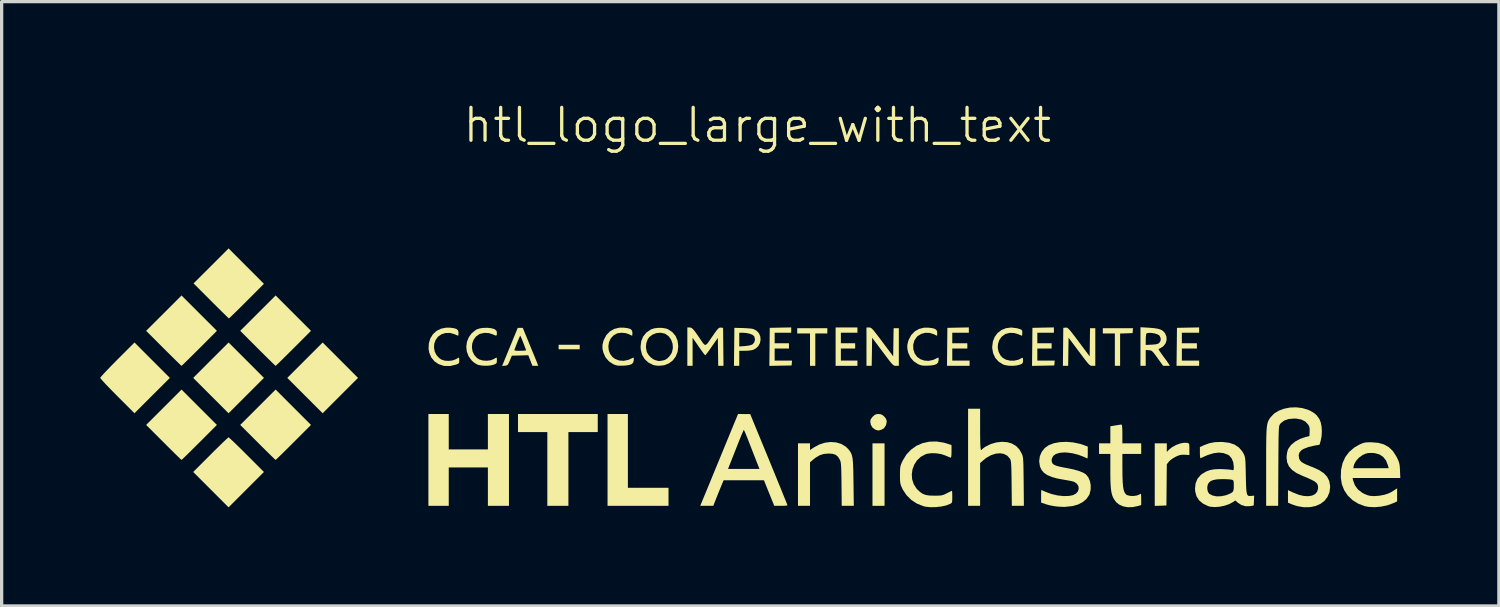
<source format=kicad_pcb>
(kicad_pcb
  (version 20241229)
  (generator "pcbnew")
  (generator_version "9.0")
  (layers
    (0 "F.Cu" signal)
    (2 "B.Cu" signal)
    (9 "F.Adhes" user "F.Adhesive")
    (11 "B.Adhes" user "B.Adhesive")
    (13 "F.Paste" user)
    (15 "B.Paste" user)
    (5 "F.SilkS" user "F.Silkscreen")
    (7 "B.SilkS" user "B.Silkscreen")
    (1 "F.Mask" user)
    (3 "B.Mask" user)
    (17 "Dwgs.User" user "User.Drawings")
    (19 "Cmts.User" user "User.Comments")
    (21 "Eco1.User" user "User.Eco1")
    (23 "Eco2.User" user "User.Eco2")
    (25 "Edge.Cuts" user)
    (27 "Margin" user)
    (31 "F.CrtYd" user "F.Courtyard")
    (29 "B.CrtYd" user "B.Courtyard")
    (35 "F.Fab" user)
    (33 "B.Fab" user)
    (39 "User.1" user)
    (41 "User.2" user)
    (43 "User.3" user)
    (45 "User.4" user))
  (footprint "htl_logo_large_with_text"
    (layer "F.Cu")
    (at 19.995 8.38)
    (property "Reference" "htl_logo_large_with_text" (at 0 -7.62 0) (unlocked yes) (layer "F.SilkS") (effects (font (size 1 1) (thickness 0.1))))
    (fp_poly (pts (xy -15.551 -0.47) (xy -15.013 0.069) (xy -15.552 0.607) (xy -16.09 1.145) (xy -16.628 0.607) (xy -17.166 0.069) (xy -16.628 -0.47) (xy -16.089 -1.008)) (stroke (width 0) (type solid)) (fill yes) (layer "F.SilkS"))
    (fp_poly (pts (xy -12.689 -0.47) (xy -12.151 0.069) (xy -12.689 0.607) (xy -13.227 1.145) (xy -13.765 0.607) (xy -14.303 0.069) (xy -13.765 -0.47) (xy -13.227 -1.008)) (stroke (width 0) (type solid)) (fill yes) (layer "F.SilkS"))
    (fp_poly (pts (xy -5.405 -0.87) (xy -5.405 -0.802) (xy -5.726 -0.802) (xy -6.047 -0.802) (xy -6.047 -0.87) (xy -6.047 -0.939) (xy -5.726 -0.939) (xy -5.405 -0.939)) (stroke (width 0) (type solid)) (fill yes) (layer "F.SilkS"))
    (fp_poly (pts (xy 3.871 3.012) (xy 3.871 3.962) (xy 3.687 3.962) (xy 3.504 3.962) (xy 3.504 3.012) (xy 3.504 2.061) (xy 3.687 2.061) (xy 3.871 2.061)) (stroke (width 0) (type solid)) (fill yes) (layer "F.SilkS"))
    (fp_poly (pts (xy -3.939 2.29) (xy -3.939 3.413) (xy -3.321 3.413) (xy -2.703 3.413) (xy -2.703 3.687) (xy -2.703 3.962) (xy -3.63 3.962) (xy -4.558 3.962) (xy -4.558 2.565) (xy -4.558 1.168) (xy -4.249 1.168) (xy -3.939 1.168)) (stroke (width 0) (type solid)) (fill yes) (layer "F.SilkS"))
    (fp_poly (pts (xy -4.856 1.443) (xy -4.856 1.718) (xy -5.302 1.718) (xy -5.749 1.718) (xy -5.749 2.84) (xy -5.749 3.962) (xy -6.069 3.962) (xy -6.39 3.962) (xy -6.39 2.84) (xy -6.39 1.718) (xy -6.837 1.718) (xy -7.283 1.718) (xy -7.283 1.443) (xy -7.283 1.168) (xy -6.069 1.168) (xy -4.856 1.168)) (stroke (width 0) (type solid)) (fill yes) (layer "F.SilkS"))
    (fp_poly (pts (xy 2.13 -1.363) (xy 2.13 -1.283) (xy 1.947 -1.283) (xy 1.764 -1.283) (xy 1.764 -0.79) (xy 1.764 -0.298) (xy 1.683 -0.298) (xy 1.603 -0.298) (xy 1.603 -0.79) (xy 1.603 -1.283) (xy 1.409 -1.283) (xy 1.214 -1.283) (xy 1.214 -1.363) (xy 1.214 -1.443) (xy 1.672 -1.443) (xy 2.13 -1.443)) (stroke (width 0) (type solid)) (fill yes) (layer "F.SilkS"))
    (fp_poly (pts (xy 11.425 -1.368) (xy 11.417 -1.294) (xy 11.228 -1.287) (xy 11.039 -1.281) (xy 11.039 -0.789) (xy 11.039 -0.298) (xy 10.959 -0.298) (xy 10.879 -0.298) (xy 10.879 -0.79) (xy 10.879 -1.283) (xy 10.696 -1.283) (xy 10.513 -1.283) (xy 10.513 -1.363) (xy 10.513 -1.443) (xy 10.972 -1.443) (xy 11.432 -1.443)) (stroke (width 0) (type solid)) (fill yes) (layer "F.SilkS"))
    (fp_poly (pts (xy -18.414 -0.469) (xy -17.876 0.069) (xy -18.415 0.607) (xy -18.953 1.145) (xy -19.474 0.624) (xy -19.6 0.496) (xy -19.716 0.378) (xy -19.817 0.273) (xy -19.898 0.185) (xy -19.957 0.119) (xy -19.99 0.078) (xy -19.995 0.068) (xy -19.979 0.044) (xy -19.935 -0.008) (xy -19.865 -0.084) (xy -19.775 -0.179) (xy -19.667 -0.291) (xy -19.546 -0.414) (xy -19.474 -0.487) (xy -18.952 -1.008)) (stroke (width 0) (type solid)) (fill yes) (layer "F.SilkS"))
    (fp_poly (pts (xy -16.983 -1.901) (xy -16.445 -1.363) (xy -16.977 -0.83) (xy -17.105 -0.703) (xy -17.223 -0.586) (xy -17.326 -0.484) (xy -17.412 -0.4) (xy -17.475 -0.339) (xy -17.513 -0.305) (xy -17.521 -0.298) (xy -17.54 -0.313) (xy -17.586 -0.358) (xy -17.658 -0.427) (xy -17.75 -0.517) (xy -17.859 -0.625) (xy -17.981 -0.746) (xy -18.065 -0.83) (xy -18.598 -1.363) (xy -18.059 -1.901) (xy -17.521 -2.439)) (stroke (width 0) (type solid)) (fill yes) (layer "F.SilkS"))
    (fp_poly (pts (xy -16.983 0.962) (xy -16.445 1.5) (xy -16.977 2.033) (xy -17.105 2.16) (xy -17.223 2.277) (xy -17.326 2.379) (xy -17.412 2.463) (xy -17.475 2.524) (xy -17.513 2.558) (xy -17.521 2.565) (xy -17.54 2.55) (xy -17.586 2.505) (xy -17.658 2.436) (xy -17.75 2.346) (xy -17.859 2.238) (xy -17.981 2.117) (xy -18.065 2.033) (xy -18.598 1.5) (xy -18.059 0.962) (xy -17.521 0.424)) (stroke (width 0) (type solid)) (fill yes) (layer "F.SilkS"))
    (fp_poly (pts (xy -16.068 1.894) (xy -16.019 1.938) (xy -15.945 2.007) (xy -15.851 2.098) (xy -15.741 2.205) (xy -15.619 2.326) (xy -15.54 2.405) (xy -15.014 2.932) (xy -15.552 3.47) (xy -16.09 4.008) (xy -16.628 3.47) (xy -17.166 2.932) (xy -16.639 2.405) (xy -16.512 2.278) (xy -16.393 2.161) (xy -16.289 2.06) (xy -16.203 1.978) (xy -16.138 1.918) (xy -16.099 1.884) (xy -16.09 1.878)) (stroke (width 0) (type solid)) (fill yes) (layer "F.SilkS"))
    (fp_poly (pts (xy -15.551 -3.332) (xy -15.014 -2.794) (xy -15.54 -2.267) (xy -15.667 -2.14) (xy -15.784 -2.024) (xy -15.887 -1.923) (xy -15.972 -1.841) (xy -16.034 -1.78) (xy -16.07 -1.747) (xy -16.078 -1.741) (xy -16.097 -1.756) (xy -16.144 -1.801) (xy -16.215 -1.87) (xy -16.307 -1.96) (xy -16.416 -2.068) (xy -16.538 -2.189) (xy -16.622 -2.273) (xy -17.155 -2.806) (xy -16.622 -3.338) (xy -16.089 -3.871)) (stroke (width 0) (type solid)) (fill yes) (layer "F.SilkS"))
    (fp_poly (pts (xy -14.12 -1.901) (xy -13.582 -1.363) (xy -14.114 -0.83) (xy -14.242 -0.703) (xy -14.36 -0.586) (xy -14.463 -0.484) (xy -14.549 -0.4) (xy -14.612 -0.339) (xy -14.65 -0.305) (xy -14.658 -0.298) (xy -14.677 -0.313) (xy -14.724 -0.358) (xy -14.795 -0.427) (xy -14.887 -0.517) (xy -14.996 -0.625) (xy -15.118 -0.746) (xy -15.202 -0.83) (xy -15.735 -1.363) (xy -15.196 -1.901) (xy -14.658 -2.439)) (stroke (width 0) (type solid)) (fill yes) (layer "F.SilkS"))
    (fp_poly (pts (xy -14.12 0.962) (xy -13.582 1.5) (xy -14.114 2.033) (xy -14.242 2.16) (xy -14.36 2.277) (xy -14.463 2.379) (xy -14.549 2.463) (xy -14.612 2.524) (xy -14.65 2.558) (xy -14.658 2.565) (xy -14.677 2.55) (xy -14.724 2.505) (xy -14.795 2.436) (xy -14.887 2.346) (xy -14.996 2.238) (xy -15.118 2.117) (xy -15.202 2.033) (xy -15.735 1.5) (xy -15.196 0.962) (xy -14.658 0.424)) (stroke (width 0) (type solid)) (fill yes) (layer "F.SilkS"))
    (fp_poly (pts (xy 3.758 1.175) (xy 3.813 1.203) (xy 3.862 1.246) (xy 3.919 1.319) (xy 3.938 1.394) (xy 3.922 1.483) (xy 3.906 1.525) (xy 3.852 1.602) (xy 3.792 1.638) (xy 3.722 1.664) (xy 3.668 1.668) (xy 3.608 1.65) (xy 3.58 1.638) (xy 3.506 1.583) (xy 3.455 1.498) (xy 3.436 1.397) (xy 3.436 1.396) (xy 3.451 1.328) (xy 3.502 1.258) (xy 3.513 1.246) (xy 3.573 1.195) (xy 3.63 1.172) (xy 3.687 1.168)) (stroke (width 0) (type solid)) (fill yes) (layer "F.SilkS"))
    (fp_poly (pts (xy -9.39 1.706) (xy -9.39 2.245) (xy -8.795 2.245) (xy -8.199 2.245) (xy -8.199 1.706) (xy -8.199 1.168) (xy -7.879 1.168) (xy -7.558 1.168) (xy -7.558 2.565) (xy -7.558 3.962) (xy -7.879 3.962) (xy -8.199 3.962) (xy -8.199 3.378) (xy -8.199 2.794) (xy -8.795 2.794) (xy -9.39 2.794) (xy -9.39 3.378) (xy -9.39 3.962) (xy -9.7 3.962) (xy -10.009 3.962) (xy -10.009 2.565) (xy -10.009 1.168) (xy -9.7 1.168) (xy -9.39 1.168)) (stroke (width 0) (type solid)) (fill yes) (layer "F.SilkS"))
    (fp_poly (pts (xy 1.031 -1.386) (xy 1.031 -1.306) (xy 0.779 -1.306) (xy 0.527 -1.306) (xy 0.527 -1.145) (xy 0.527 -0.985) (xy 0.744 -0.985) (xy 0.962 -0.985) (xy 0.962 -0.905) (xy 0.962 -0.825) (xy 0.744 -0.825) (xy 0.527 -0.825) (xy 0.527 -0.641) (xy 0.527 -0.458) (xy 0.792 -0.458) (xy 1.056 -0.458) (xy 1.049 -0.384) (xy 1.042 -0.309) (xy 0.704 -0.303) (xy 0.366 -0.297) (xy 0.372 -0.875) (xy 0.378 -1.454) (xy 0.704 -1.461) (xy 1.031 -1.467)) (stroke (width 0) (type solid)) (fill yes) (layer "F.SilkS"))
    (fp_poly (pts (xy 3.046 -1.386) (xy 3.046 -1.306) (xy 2.794 -1.306) (xy 2.542 -1.306) (xy 2.542 -1.145) (xy 2.542 -0.985) (xy 2.76 -0.985) (xy 2.977 -0.985) (xy 2.977 -0.905) (xy 2.977 -0.825) (xy 2.76 -0.825) (xy 2.542 -0.825) (xy 2.542 -0.641) (xy 2.542 -0.458) (xy 2.794 -0.458) (xy 3.046 -0.458) (xy 3.046 -0.378) (xy 3.046 -0.298) (xy 2.714 -0.298) (xy 2.382 -0.298) (xy 2.382 -0.882) (xy 2.382 -1.466) (xy 2.714 -1.466) (xy 3.046 -1.466)) (stroke (width 0) (type solid)) (fill yes) (layer "F.SilkS"))
    (fp_poly (pts (xy 6.436 -1.386) (xy 6.436 -1.306) (xy 6.184 -1.306) (xy 5.932 -1.306) (xy 5.932 -1.145) (xy 5.932 -0.985) (xy 6.161 -0.985) (xy 6.39 -0.985) (xy 6.39 -0.905) (xy 6.39 -0.825) (xy 6.161 -0.825) (xy 5.932 -0.825) (xy 5.932 -0.641) (xy 5.932 -0.458) (xy 6.195 -0.458) (xy 6.459 -0.458) (xy 6.459 -0.378) (xy 6.459 -0.298) (xy 6.115 -0.298) (xy 5.771 -0.298) (xy 5.777 -0.876) (xy 5.783 -1.454) (xy 6.11 -1.461) (xy 6.436 -1.467)) (stroke (width 0) (type solid)) (fill yes) (layer "F.SilkS"))
    (fp_poly (pts (xy 9.024 -1.386) (xy 9.024 -1.306) (xy 8.772 -1.306) (xy 8.52 -1.306) (xy 8.52 -1.145) (xy 8.52 -0.985) (xy 8.738 -0.985) (xy 8.955 -0.985) (xy 8.955 -0.905) (xy 8.955 -0.825) (xy 8.738 -0.825) (xy 8.52 -0.825) (xy 8.52 -0.641) (xy 8.52 -0.458) (xy 8.785 -0.458) (xy 9.05 -0.458) (xy 9.043 -0.384) (xy 9.035 -0.309) (xy 8.697 -0.303) (xy 8.359 -0.297) (xy 8.365 -0.875) (xy 8.371 -1.454) (xy 8.698 -1.461) (xy 9.024 -1.467)) (stroke (width 0) (type solid)) (fill yes) (layer "F.SilkS"))
    (fp_poly (pts (xy 13.444 -1.386) (xy 13.444 -1.306) (xy 13.181 -1.306) (xy 12.918 -1.306) (xy 12.918 -1.145) (xy 12.918 -0.985) (xy 13.147 -0.985) (xy 13.376 -0.985) (xy 13.376 -0.905) (xy 13.376 -0.825) (xy 13.147 -0.825) (xy 12.918 -0.825) (xy 12.918 -0.641) (xy 12.918 -0.458) (xy 13.181 -0.458) (xy 13.444 -0.458) (xy 13.444 -0.378) (xy 13.444 -0.298) (xy 13.1 -0.298) (xy 12.756 -0.298) (xy 12.763 -0.876) (xy 12.769 -1.454) (xy 13.107 -1.461) (xy 13.444 -1.467)) (stroke (width 0) (type solid)) (fill yes) (layer "F.SilkS"))
    (fp_poly (pts (xy 13.081 2.046) (xy 13.088 2.048) (xy 13.118 2.057) (xy 13.135 2.076) (xy 13.144 2.112) (xy 13.146 2.178) (xy 13.147 2.239) (xy 13.147 2.416) (xy 13.007 2.408) (xy 12.922 2.407) (xy 12.851 2.419) (xy 12.776 2.447) (xy 12.723 2.472) (xy 12.635 2.523) (xy 12.559 2.58) (xy 12.52 2.621) (xy 12.46 2.699) (xy 12.454 3.325) (xy 12.448 3.951) (xy 12.271 3.958) (xy 12.093 3.964) (xy 12.093 3.013) (xy 12.093 2.061) (xy 12.276 2.061) (xy 12.46 2.061) (xy 12.46 2.192) (xy 12.46 2.322) (xy 12.53 2.25) (xy 12.623 2.175) (xy 12.738 2.112) (xy 12.862 2.066) (xy 12.98 2.043)) (stroke (width 0) (type solid)) (fill yes) (layer "F.SilkS"))
    (fp_poly (pts (xy 3.424 -1.464) (xy 3.449 -1.456) (xy 3.476 -1.438) (xy 3.511 -1.405) (xy 3.556 -1.352) (xy 3.616 -1.276) (xy 3.695 -1.173) (xy 3.797 -1.037) (xy 3.805 -1.026) (xy 4.134 -0.587) (xy 4.14 -1.015) (xy 4.147 -1.443) (xy 4.226 -1.443) (xy 4.306 -1.443) (xy 4.306 -0.87) (xy 4.306 -0.298) (xy 4.219 -0.298) (xy 4.191 -0.299) (xy 4.166 -0.304) (xy 4.14 -0.319) (xy 4.108 -0.348) (xy 4.066 -0.395) (xy 4.011 -0.463) (xy 3.938 -0.559) (xy 3.843 -0.686) (xy 3.813 -0.726) (xy 3.493 -1.154) (xy 3.487 -0.726) (xy 3.48 -0.298) (xy 3.401 -0.298) (xy 3.321 -0.298) (xy 3.321 -0.882) (xy 3.321 -1.466) (xy 3.399 -1.466)) (stroke (width 0) (type solid)) (fill yes) (layer "F.SilkS"))
    (fp_poly (pts (xy 9.428 -1.456) (xy 9.454 -1.438) (xy 9.488 -1.406) (xy 9.532 -1.354) (xy 9.592 -1.278) (xy 9.672 -1.175) (xy 9.774 -1.039) (xy 9.782 -1.028) (xy 10.112 -0.587) (xy 10.118 -1.015) (xy 10.124 -1.443) (xy 10.204 -1.443) (xy 10.284 -1.443) (xy 10.284 -0.87) (xy 10.284 -0.298) (xy 10.197 -0.298) (xy 10.169 -0.299) (xy 10.144 -0.304) (xy 10.118 -0.319) (xy 10.086 -0.348) (xy 10.044 -0.395) (xy 9.989 -0.463) (xy 9.916 -0.559) (xy 9.821 -0.686) (xy 9.791 -0.726) (xy 9.471 -1.154) (xy 9.464 -0.726) (xy 9.458 -0.298) (xy 9.378 -0.298) (xy 9.298 -0.298) (xy 9.304 -0.876) (xy 9.31 -1.454) (xy 9.381 -1.461) (xy 9.405 -1.462)) (stroke (width 0) (type solid)) (fill yes) (layer "F.SilkS"))
    (fp_poly (pts (xy -0.447 -1.448) (xy -0.336 -1.443) (xy -0.235 -1.436) (xy -0.157 -1.426) (xy -0.122 -1.418) (xy -0.021 -1.365) (xy 0.05 -1.287) (xy 0.09 -1.192) (xy 0.099 -1.089) (xy 0.078 -0.987) (xy 0.027 -0.895) (xy -0.054 -0.821) (xy -0.135 -0.782) (xy -0.198 -0.769) (xy -0.287 -0.759) (xy -0.381 -0.756) (xy -0.55 -0.756) (xy -0.55 -0.527) (xy -0.55 -0.298) (xy -0.63 -0.298) (xy -0.711 -0.298) (xy -0.705 -0.876) (xy -0.7 -1.306) (xy -0.55 -1.306) (xy -0.55 -1.096) (xy -0.55 -0.887) (xy -0.374 -0.9) (xy -0.252 -0.915) (xy -0.169 -0.94) (xy -0.139 -0.957) (xy -0.089 -1.02) (xy -0.072 -1.101) (xy -0.089 -1.182) (xy -0.101 -1.202) (xy -0.15 -1.243) (xy -0.234 -1.276) (xy -0.342 -1.298) (xy -0.459 -1.306) (xy -0.55 -1.306) (xy -0.7 -1.306) (xy -0.699 -1.454)) (stroke (width 0) (type solid)) (fill yes) (layer "F.SilkS"))
    (fp_poly (pts (xy -2.03 -1.462) (xy -1.996 -1.447) (xy -1.959 -1.415) (xy -1.913 -1.362) (xy -1.853 -1.28) (xy -1.775 -1.168) (xy -1.701 -1.059) (xy -1.648 -0.983) (xy -1.607 -0.942) (xy -1.571 -0.935) (xy -1.532 -0.963) (xy -1.483 -1.025) (xy -1.417 -1.123) (xy -1.377 -1.181) (xy -1.301 -1.291) (xy -1.244 -1.368) (xy -1.203 -1.418) (xy -1.172 -1.447) (xy -1.146 -1.46) (xy -1.119 -1.461) (xy -1.111 -1.461) (xy -1.042 -1.454) (xy -1.036 -0.876) (xy -1.03 -0.298) (xy -1.11 -0.298) (xy -1.19 -0.298) (xy -1.196 -0.723) (xy -1.202 -1.148) (xy -1.386 -0.884) (xy -1.453 -0.788) (xy -1.511 -0.708) (xy -1.556 -0.65) (xy -1.581 -0.621) (xy -1.585 -0.619) (xy -1.603 -0.636) (xy -1.642 -0.685) (xy -1.696 -0.759) (xy -1.76 -0.85) (xy -1.785 -0.886) (xy -1.97 -1.153) (xy -1.97 -0.725) (xy -1.97 -0.298) (xy -2.05 -0.298) (xy -2.13 -0.298) (xy -2.13 -0.882) (xy -2.13 -1.466) (xy -2.065 -1.466)) (stroke (width 0) (type solid)) (fill yes) (layer "F.SilkS"))
    (fp_poly (pts (xy 2.398 2.032) (xy 2.552 2.078) (xy 2.686 2.157) (xy 2.762 2.23) (xy 2.802 2.279) (xy 2.835 2.326) (xy 2.86 2.377) (xy 2.88 2.436) (xy 2.896 2.51) (xy 2.907 2.604) (xy 2.914 2.722) (xy 2.92 2.871) (xy 2.923 3.056) (xy 2.926 3.247) (xy 2.936 3.962) (xy 2.752 3.962) (xy 2.568 3.962) (xy 2.561 3.304) (xy 2.559 3.111) (xy 2.556 2.958) (xy 2.553 2.84) (xy 2.549 2.75) (xy 2.543 2.684) (xy 2.536 2.635) (xy 2.526 2.598) (xy 2.514 2.568) (xy 2.508 2.555) (xy 2.452 2.466) (xy 2.384 2.41) (xy 2.295 2.38) (xy 2.174 2.371) (xy 2.168 2.371) (xy 2.023 2.383) (xy 1.895 2.424) (xy 1.77 2.499) (xy 1.699 2.556) (xy 1.603 2.637) (xy 1.603 3.3) (xy 1.603 3.962) (xy 1.42 3.962) (xy 1.237 3.962) (xy 1.237 3.012) (xy 1.237 2.061) (xy 1.42 2.061) (xy 1.603 2.061) (xy 1.603 2.163) (xy 1.603 2.264) (xy 1.72 2.186) (xy 1.885 2.096) (xy 2.058 2.041) (xy 2.231 2.02)) (stroke (width 0) (type solid)) (fill yes) (layer "F.SilkS"))
    (fp_poly (pts (xy -9.359 -1.46) (xy -9.241 -1.445) (xy -9.162 -1.422) (xy -9.115 -1.387) (xy -9.095 -1.336) (xy -9.093 -1.302) (xy -9.095 -1.246) (xy -9.1 -1.216) (xy -9.102 -1.214) (xy -9.126 -1.223) (xy -9.177 -1.244) (xy -9.21 -1.259) (xy -9.35 -1.299) (xy -9.491 -1.296) (xy -9.612 -1.258) (xy -9.717 -1.184) (xy -9.789 -1.087) (xy -9.83 -0.973) (xy -9.839 -0.852) (xy -9.817 -0.732) (xy -9.762 -0.622) (xy -9.676 -0.53) (xy -9.611 -0.488) (xy -9.513 -0.456) (xy -9.395 -0.448) (xy -9.277 -0.461) (xy -9.18 -0.497) (xy -9.177 -0.498) (xy -9.122 -0.529) (xy -9.086 -0.548) (xy -9.08 -0.55) (xy -9.074 -0.529) (xy -9.07 -0.479) (xy -9.07 -0.46) (xy -9.073 -0.403) (xy -9.091 -0.371) (xy -9.136 -0.347) (xy -9.167 -0.336) (xy -9.347 -0.293) (xy -9.521 -0.295) (xy -9.55 -0.3) (xy -9.701 -0.351) (xy -9.826 -0.437) (xy -9.922 -0.554) (xy -9.983 -0.696) (xy -10.003 -0.809) (xy -9.996 -0.979) (xy -9.951 -1.131) (xy -9.872 -1.259) (xy -9.762 -1.36) (xy -9.627 -1.428) (xy -9.47 -1.46)) (stroke (width 0) (type solid)) (fill yes) (layer "F.SilkS"))
    (fp_poly (pts (xy 7.892 -1.444) (xy 7.932 -1.434) (xy 8.004 -1.411) (xy 8.043 -1.392) (xy 8.059 -1.364) (xy 8.062 -1.318) (xy 8.062 -1.305) (xy 8.06 -1.248) (xy 8.055 -1.216) (xy 8.053 -1.214) (xy 8.029 -1.223) (xy 7.977 -1.244) (xy 7.944 -1.259) (xy 7.815 -1.297) (xy 7.68 -1.301) (xy 7.557 -1.27) (xy 7.536 -1.26) (xy 7.434 -1.185) (xy 7.363 -1.084) (xy 7.324 -0.966) (xy 7.316 -0.841) (xy 7.343 -0.719) (xy 7.403 -0.608) (xy 7.465 -0.543) (xy 7.565 -0.486) (xy 7.687 -0.456) (xy 7.817 -0.455) (xy 7.939 -0.482) (xy 8.01 -0.517) (xy 8.055 -0.543) (xy 8.077 -0.54) (xy 8.084 -0.501) (xy 8.085 -0.461) (xy 8.081 -0.403) (xy 8.061 -0.369) (xy 8.014 -0.343) (xy 7.993 -0.335) (xy 7.891 -0.309) (xy 7.767 -0.298) (xy 7.64 -0.303) (xy 7.527 -0.323) (xy 7.477 -0.341) (xy 7.342 -0.426) (xy 7.24 -0.54) (xy 7.175 -0.68) (xy 7.147 -0.842) (xy 7.147 -0.87) (xy 7.167 -1.037) (xy 7.224 -1.181) (xy 7.313 -1.299) (xy 7.429 -1.388) (xy 7.568 -1.444) (xy 7.724 -1.464)) (stroke (width 0) (type solid)) (fill yes) (layer "F.SilkS"))
    (fp_poly (pts (xy 5.326 -1.445) (xy 5.405 -1.422) (xy 5.451 -1.387) (xy 5.472 -1.336) (xy 5.474 -1.302) (xy 5.472 -1.246) (xy 5.469 -1.216) (xy 5.467 -1.214) (xy 5.445 -1.223) (xy 5.396 -1.247) (xy 5.371 -1.26) (xy 5.245 -1.301) (xy 5.113 -1.303) (xy 4.986 -1.27) (xy 4.877 -1.202) (xy 4.851 -1.177) (xy 4.778 -1.067) (xy 4.743 -0.939) (xy 4.747 -0.803) (xy 4.789 -0.671) (xy 4.861 -0.572) (xy 4.962 -0.5) (xy 5.082 -0.458) (xy 5.212 -0.449) (xy 5.343 -0.476) (xy 5.399 -0.5) (xy 5.458 -0.529) (xy 5.5 -0.547) (xy 5.509 -0.55) (xy 5.516 -0.53) (xy 5.516 -0.48) (xy 5.515 -0.464) (xy 5.499 -0.401) (xy 5.459 -0.356) (xy 5.388 -0.326) (xy 5.282 -0.309) (xy 5.188 -0.303) (xy 5.085 -0.302) (xy 5.011 -0.308) (xy 4.946 -0.326) (xy 4.888 -0.351) (xy 4.758 -0.437) (xy 4.657 -0.555) (xy 4.592 -0.697) (xy 4.591 -0.697) (xy 4.564 -0.82) (xy 4.563 -0.929) (xy 4.59 -1.045) (xy 4.606 -1.09) (xy 4.682 -1.234) (xy 4.789 -1.345) (xy 4.921 -1.421) (xy 5.075 -1.459) (xy 5.208 -1.46)) (stroke (width 0) (type solid)) (fill yes) (layer "F.SilkS"))
    (fp_poly (pts (xy -8.098 -1.443) (xy -8.011 -1.419) (xy -7.999 -1.413) (xy -7.947 -1.377) (xy -7.927 -1.332) (xy -7.925 -1.293) (xy -7.928 -1.24) (xy -7.945 -1.218) (xy -7.984 -1.226) (xy -8.041 -1.253) (xy -8.168 -1.294) (xy -8.304 -1.301) (xy -8.432 -1.273) (xy -8.461 -1.261) (xy -8.563 -1.188) (xy -8.634 -1.091) (xy -8.675 -0.978) (xy -8.685 -0.857) (xy -8.665 -0.737) (xy -8.614 -0.628) (xy -8.533 -0.538) (xy -8.459 -0.492) (xy -8.351 -0.46) (xy -8.229 -0.452) (xy -8.111 -0.468) (xy -8.027 -0.501) (xy -7.973 -0.532) (xy -7.939 -0.548) (xy -7.935 -0.55) (xy -7.928 -0.529) (xy -7.925 -0.479) (xy -7.925 -0.461) (xy -7.928 -0.403) (xy -7.948 -0.369) (xy -7.996 -0.343) (xy -8.017 -0.335) (xy -8.113 -0.31) (xy -8.234 -0.3) (xy -8.361 -0.304) (xy -8.474 -0.322) (xy -8.509 -0.332) (xy -8.576 -0.368) (xy -8.652 -0.424) (xy -8.696 -0.466) (xy -8.788 -0.593) (xy -8.841 -0.735) (xy -8.856 -0.883) (xy -8.835 -1.03) (xy -8.78 -1.168) (xy -8.692 -1.289) (xy -8.571 -1.387) (xy -8.527 -1.411) (xy -8.441 -1.438) (xy -8.33 -1.453) (xy -8.21 -1.455)) (stroke (width 0) (type solid)) (fill yes) (layer "F.SilkS"))
    (fp_poly (pts (xy -3.95 -1.445) (xy -3.871 -1.422) (xy -3.824 -1.387) (xy -3.804 -1.336) (xy -3.802 -1.302) (xy -3.804 -1.246) (xy -3.807 -1.216) (xy -3.809 -1.214) (xy -3.831 -1.223) (xy -3.88 -1.247) (xy -3.905 -1.26) (xy -4.011 -1.294) (xy -4.133 -1.305) (xy -4.248 -1.29) (xy -4.276 -1.281) (xy -4.384 -1.218) (xy -4.463 -1.128) (xy -4.513 -1.019) (xy -4.533 -0.899) (xy -4.523 -0.778) (xy -4.482 -0.665) (xy -4.409 -0.567) (xy -4.335 -0.511) (xy -4.207 -0.461) (xy -4.067 -0.45) (xy -3.93 -0.478) (xy -3.877 -0.5) (xy -3.818 -0.529) (xy -3.776 -0.547) (xy -3.767 -0.55) (xy -3.76 -0.53) (xy -3.759 -0.48) (xy -3.761 -0.464) (xy -3.777 -0.401) (xy -3.817 -0.356) (xy -3.888 -0.326) (xy -3.994 -0.309) (xy -4.088 -0.303) (xy -4.191 -0.302) (xy -4.265 -0.308) (xy -4.33 -0.326) (xy -4.388 -0.351) (xy -4.518 -0.437) (xy -4.619 -0.555) (xy -4.684 -0.697) (xy -4.684 -0.697) (xy -4.712 -0.82) (xy -4.713 -0.929) (xy -4.686 -1.045) (xy -4.67 -1.09) (xy -4.594 -1.234) (xy -4.487 -1.345) (xy -4.355 -1.421) (xy -4.201 -1.459) (xy -4.068 -1.46)) (stroke (width 0) (type solid)) (fill yes) (layer "F.SilkS"))
    (fp_poly (pts (xy -6.94 -0.973) (xy -6.881 -0.828) (xy -6.825 -0.692) (xy -6.775 -0.572) (xy -6.736 -0.476) (xy -6.71 -0.411) (xy -6.704 -0.395) (xy -6.665 -0.298) (xy -6.755 -0.298) (xy -6.844 -0.298) (xy -6.907 -0.459) (xy -6.97 -0.62) (xy -7.22 -0.613) (xy -7.47 -0.607) (xy -7.532 -0.458) (xy -7.566 -0.38) (xy -7.592 -0.335) (xy -7.621 -0.313) (xy -7.66 -0.304) (xy -7.679 -0.302) (xy -7.765 -0.295) (xy -7.73 -0.382) (xy -7.711 -0.428) (xy -7.678 -0.51) (xy -7.633 -0.618) (xy -7.58 -0.748) (xy -7.569 -0.776) (xy -7.391 -0.776) (xy -7.377 -0.764) (xy -7.337 -0.758) (xy -7.263 -0.756) (xy -7.215 -0.756) (xy -7.13 -0.758) (xy -7.067 -0.763) (xy -7.037 -0.771) (xy -7.035 -0.774) (xy -7.046 -0.802) (xy -7.07 -0.863) (xy -7.101 -0.946) (xy -7.123 -1.003) (xy -7.158 -1.092) (xy -7.188 -1.163) (xy -7.208 -1.205) (xy -7.215 -1.214) (xy -7.227 -1.194) (xy -7.252 -1.139) (xy -7.286 -1.058) (xy -7.325 -0.96) (xy -7.367 -0.852) (xy -7.388 -0.796) (xy -7.391 -0.776) (xy -7.569 -0.776) (xy -7.522 -0.89) (xy -7.492 -0.962) (xy -7.29 -1.454) (xy -7.214 -1.454) (xy -7.138 -1.454)) (stroke (width 0) (type solid)) (fill yes) (layer "F.SilkS"))
    (fp_poly (pts (xy -2.89 -1.452) (xy -2.774 -1.432) (xy -2.718 -1.411) (xy -2.584 -1.321) (xy -2.486 -1.204) (xy -2.427 -1.062) (xy -2.406 -0.897) (xy -2.406 -0.893) (xy -2.425 -0.727) (xy -2.483 -0.582) (xy -2.573 -0.462) (xy -2.691 -0.372) (xy -2.834 -0.316) (xy -2.992 -0.3) (xy -3.075 -0.306) (xy -3.151 -0.32) (xy -3.172 -0.326) (xy -3.318 -0.4) (xy -3.43 -0.505) (xy -3.508 -0.637) (xy -3.548 -0.794) (xy -3.552 -0.861) (xy -3.39 -0.861) (xy -3.366 -0.731) (xy -3.356 -0.705) (xy -3.309 -0.627) (xy -3.238 -0.552) (xy -3.159 -0.494) (xy -3.097 -0.468) (xy -3.043 -0.455) (xy -3.012 -0.446) (xy -2.97 -0.445) (xy -2.904 -0.455) (xy -2.832 -0.472) (xy -2.804 -0.482) (xy -2.741 -0.522) (xy -2.675 -0.588) (xy -2.62 -0.665) (xy -2.596 -0.716) (xy -2.569 -0.846) (xy -2.58 -0.976) (xy -2.624 -1.096) (xy -2.696 -1.196) (xy -2.794 -1.268) (xy -2.824 -1.281) (xy -2.949 -1.306) (xy -3.075 -1.293) (xy -3.193 -1.247) (xy -3.29 -1.17) (xy -3.333 -1.112) (xy -3.378 -0.994) (xy -3.39 -0.861) (xy -3.552 -0.861) (xy -3.553 -0.882) (xy -3.533 -1.048) (xy -3.474 -1.191) (xy -3.375 -1.311) (xy -3.241 -1.404) (xy -3.142 -1.438) (xy -3.019 -1.454)) (stroke (width 0) (type solid)) (fill yes) (layer "F.SilkS"))
    (fp_poly (pts (xy 6.779 1.638) (xy 6.78 1.835) (xy 6.782 1.991) (xy 6.785 2.108) (xy 6.791 2.19) (xy 6.798 2.241) (xy 6.809 2.264) (xy 6.822 2.263) (xy 6.837 2.244) (xy 6.864 2.218) (xy 6.916 2.18) (xy 6.945 2.161) (xy 7.101 2.083) (xy 7.271 2.033) (xy 7.442 2.014) (xy 7.606 2.025) (xy 7.749 2.068) (xy 7.753 2.07) (xy 7.877 2.145) (xy 7.971 2.243) (xy 8.044 2.371) (xy 8.058 2.404) (xy 8.07 2.437) (xy 8.079 2.475) (xy 8.086 2.524) (xy 8.091 2.589) (xy 8.095 2.676) (xy 8.098 2.789) (xy 8.1 2.935) (xy 8.103 3.118) (xy 8.104 3.224) (xy 8.111 3.962) (xy 7.927 3.962) (xy 7.744 3.962) (xy 7.737 3.281) (xy 7.735 3.084) (xy 7.732 2.928) (xy 7.729 2.807) (xy 7.725 2.716) (xy 7.72 2.649) (xy 7.713 2.601) (xy 7.705 2.566) (xy 7.693 2.54) (xy 7.686 2.527) (xy 7.608 2.438) (xy 7.505 2.383) (xy 7.385 2.362) (xy 7.252 2.375) (xy 7.113 2.42) (xy 6.973 2.499) (xy 6.885 2.568) (xy 6.779 2.661) (xy 6.779 3.312) (xy 6.779 3.962) (xy 6.596 3.962) (xy 6.413 3.962) (xy 6.413 2.485) (xy 6.413 1.008) (xy 6.596 1.008) (xy 6.779 1.008)) (stroke (width 0) (type solid)) (fill yes) (layer "F.SilkS"))
    (fp_poly (pts (xy 11.095 1.511) (xy 11.103 1.578) (xy 11.107 1.686) (xy 11.108 1.775) (xy 11.108 2.061) (xy 11.394 2.061) (xy 11.681 2.061) (xy 11.681 2.222) (xy 11.681 2.382) (xy 11.394 2.382) (xy 11.108 2.382) (xy 11.109 2.846) (xy 11.111 3.057) (xy 11.117 3.227) (xy 11.128 3.361) (xy 11.144 3.463) (xy 11.168 3.539) (xy 11.198 3.592) (xy 11.238 3.627) (xy 11.261 3.639) (xy 11.341 3.659) (xy 11.441 3.663) (xy 11.538 3.65) (xy 11.598 3.63) (xy 11.645 3.606) (xy 11.671 3.596) (xy 11.672 3.596) (xy 11.676 3.617) (xy 11.679 3.672) (xy 11.681 3.751) (xy 11.681 3.767) (xy 11.681 3.938) (xy 11.562 3.973) (xy 11.417 4.001) (xy 11.27 4.004) (xy 11.14 3.98) (xy 11.126 3.976) (xy 11.009 3.923) (xy 10.923 3.854) (xy 10.869 3.784) (xy 10.83 3.719) (xy 10.8 3.648) (xy 10.778 3.566) (xy 10.762 3.465) (xy 10.751 3.34) (xy 10.744 3.184) (xy 10.742 2.991) (xy 10.742 2.904) (xy 10.742 2.382) (xy 10.57 2.382) (xy 10.398 2.382) (xy 10.398 2.222) (xy 10.398 2.061) (xy 10.57 2.061) (xy 10.742 2.061) (xy 10.742 1.801) (xy 10.742 1.541) (xy 10.901 1.515) (xy 10.983 1.502) (xy 11.049 1.492) (xy 11.084 1.489) (xy 11.084 1.489)) (stroke (width 0) (type solid)) (fill yes) (layer "F.SilkS"))
    (fp_poly (pts (xy 11.927 -1.457) (xy 12.08 -1.444) (xy 12.195 -1.425) (xy 12.281 -1.397) (xy 12.345 -1.357) (xy 12.396 -1.302) (xy 12.408 -1.285) (xy 12.45 -1.184) (xy 12.453 -1.077) (xy 12.419 -0.977) (xy 12.352 -0.892) (xy 12.282 -0.847) (xy 12.233 -0.821) (xy 12.209 -0.802) (xy 12.208 -0.8) (xy 12.221 -0.777) (xy 12.255 -0.726) (xy 12.304 -0.655) (xy 12.342 -0.603) (xy 12.405 -0.517) (xy 12.461 -0.439) (xy 12.503 -0.379) (xy 12.516 -0.359) (xy 12.556 -0.298) (xy 12.452 -0.298) (xy 12.348 -0.298) (xy 12.179 -0.533) (xy 12.109 -0.63) (xy 12.058 -0.696) (xy 12.019 -0.737) (xy 11.987 -0.76) (xy 11.953 -0.77) (xy 11.914 -0.774) (xy 11.818 -0.781) (xy 11.818 -0.54) (xy 11.818 -0.298) (xy 11.738 -0.298) (xy 11.658 -0.298) (xy 11.658 -0.885) (xy 11.658 -0.934) (xy 11.818 -0.934) (xy 11.999 -0.942) (xy 12.103 -0.95) (xy 12.173 -0.964) (xy 12.218 -0.986) (xy 12.228 -0.994) (xy 12.27 -1.059) (xy 12.275 -1.135) (xy 12.245 -1.206) (xy 12.218 -1.233) (xy 12.163 -1.262) (xy 12.087 -1.284) (xy 12.003 -1.298) (xy 11.924 -1.302) (xy 11.864 -1.295) (xy 11.839 -1.28) (xy 11.829 -1.242) (xy 11.821 -1.173) (xy 11.819 -1.091) (xy 11.818 -0.934) (xy 11.658 -0.934) (xy 11.658 -1.473)) (stroke (width 0) (type solid)) (fill yes) (layer "F.SilkS"))
    (fp_poly (pts (xy -0.402 1.169) (xy -0.218 1.169) (xy 0.35 2.548) (xy 0.447 2.786) (xy 0.54 3.012) (xy 0.625 3.221) (xy 0.703 3.411) (xy 0.77 3.578) (xy 0.827 3.718) (xy 0.871 3.827) (xy 0.901 3.903) (xy 0.915 3.941) (xy 0.916 3.945) (xy 0.895 3.953) (xy 0.838 3.959) (xy 0.757 3.962) (xy 0.715 3.962) (xy 0.515 3.962) (xy 0.358 3.573) (xy 0.201 3.184) (xy -0.413 3.184) (xy -1.026 3.184) (xy -1.105 3.373) (xy -1.152 3.488) (xy -1.206 3.621) (xy -1.255 3.744) (xy -1.262 3.762) (xy -1.34 3.962) (xy -1.539 3.962) (xy -1.738 3.962) (xy -1.617 3.67) (xy -1.584 3.591) (xy -1.536 3.474) (xy -1.475 3.327) (xy -1.404 3.153) (xy -1.324 2.958) (xy -1.275 2.84) (xy -0.892 2.84) (xy -0.413 2.84) (xy 0.066 2.84) (xy -0.014 2.64) (xy -0.049 2.55) (xy -0.096 2.43) (xy -0.15 2.291) (xy -0.207 2.145) (xy -0.246 2.044) (xy -0.295 1.919) (xy -0.338 1.811) (xy -0.374 1.725) (xy -0.4 1.67) (xy -0.411 1.65) (xy -0.423 1.67) (xy -0.448 1.728) (xy -0.486 1.816) (xy -0.532 1.929) (xy -0.585 2.061) (xy -0.618 2.146) (xy -0.676 2.293) (xy -0.731 2.432) (xy -0.779 2.555) (xy -0.819 2.654) (xy -0.845 2.722) (xy -0.853 2.74) (xy -0.892 2.84) (xy -1.275 2.84) (xy -1.237 2.748) (xy -1.147 2.529) (xy -1.055 2.305) (xy -1.042 2.273) (xy -0.587 1.168)) (stroke (width 0) (type solid)) (fill yes) (layer "F.SilkS"))
    (fp_poly (pts (xy 18.895 2.045) (xy 19.069 2.094) (xy 19.216 2.177) (xy 19.34 2.297) (xy 19.443 2.455) (xy 19.461 2.49) (xy 19.502 2.577) (xy 19.528 2.647) (xy 19.543 2.718) (xy 19.552 2.807) (xy 19.556 2.889) (xy 19.565 3.115) (xy 18.839 3.115) (xy 18.113 3.115) (xy 18.129 3.189) (xy 18.184 3.338) (xy 18.277 3.465) (xy 18.408 3.566) (xy 18.471 3.599) (xy 18.557 3.635) (xy 18.634 3.656) (xy 18.724 3.664) (xy 18.787 3.665) (xy 18.929 3.654) (xy 19.074 3.627) (xy 19.204 3.586) (xy 19.296 3.541) (xy 19.349 3.507) (xy 19.405 3.471) (xy 19.468 3.43) (xy 19.468 3.629) (xy 19.468 3.827) (xy 19.344 3.884) (xy 19.173 3.946) (xy 18.983 3.986) (xy 18.79 4.003) (xy 18.608 3.995) (xy 18.489 3.973) (xy 18.286 3.897) (xy 18.112 3.789) (xy 17.968 3.651) (xy 17.858 3.488) (xy 17.786 3.304) (xy 17.755 3.104) (xy 17.762 2.872) (xy 17.774 2.817) (xy 18.134 2.817) (xy 18.673 2.817) (xy 19.212 2.817) (xy 19.189 2.731) (xy 19.13 2.583) (xy 19.044 2.473) (xy 18.931 2.398) (xy 18.788 2.359) (xy 18.686 2.352) (xy 18.588 2.356) (xy 18.513 2.373) (xy 18.437 2.407) (xy 18.413 2.42) (xy 18.304 2.499) (xy 18.217 2.596) (xy 18.161 2.7) (xy 18.149 2.743) (xy 18.134 2.817) (xy 17.774 2.817) (xy 17.808 2.663) (xy 17.892 2.477) (xy 18.014 2.317) (xy 18.171 2.184) (xy 18.318 2.1) (xy 18.396 2.065) (xy 18.46 2.043) (xy 18.527 2.032) (xy 18.613 2.028) (xy 18.689 2.028)) (stroke (width 0) (type solid)) (fill yes) (layer "F.SilkS"))
    (fp_poly (pts (xy 5.669 2.038) (xy 5.762 2.065) (xy 5.909 2.114) (xy 5.909 2.305) (xy 5.907 2.392) (xy 5.901 2.459) (xy 5.892 2.494) (xy 5.889 2.496) (xy 5.859 2.488) (xy 5.801 2.464) (xy 5.734 2.435) (xy 5.6 2.389) (xy 5.449 2.364) (xy 5.299 2.36) (xy 5.164 2.378) (xy 5.115 2.394) (xy 4.974 2.47) (xy 4.861 2.576) (xy 4.776 2.706) (xy 4.722 2.85) (xy 4.7 3.003) (xy 4.711 3.156) (xy 4.759 3.303) (xy 4.843 3.435) (xy 4.871 3.466) (xy 4.956 3.545) (xy 5.038 3.599) (xy 5.128 3.632) (xy 5.24 3.649) (xy 5.382 3.653) (xy 5.493 3.652) (xy 5.572 3.648) (xy 5.633 3.637) (xy 5.69 3.617) (xy 5.756 3.585) (xy 5.768 3.579) (xy 5.841 3.542) (xy 5.896 3.516) (xy 5.922 3.504) (xy 5.923 3.504) (xy 5.927 3.525) (xy 5.93 3.581) (xy 5.932 3.661) (xy 5.932 3.687) (xy 5.931 3.778) (xy 5.927 3.835) (xy 5.915 3.868) (xy 5.892 3.889) (xy 5.864 3.904) (xy 5.744 3.951) (xy 5.594 3.983) (xy 5.43 4.001) (xy 5.267 4.004) (xy 5.12 3.988) (xy 5.062 3.975) (xy 4.863 3.898) (xy 4.687 3.784) (xy 4.54 3.639) (xy 4.426 3.468) (xy 4.413 3.441) (xy 4.381 3.371) (xy 4.36 3.313) (xy 4.348 3.253) (xy 4.342 3.179) (xy 4.34 3.079) (xy 4.34 3.023) (xy 4.341 2.908) (xy 4.345 2.825) (xy 4.354 2.761) (xy 4.371 2.703) (xy 4.399 2.638) (xy 4.423 2.587) (xy 4.534 2.404) (xy 4.675 2.254) (xy 4.841 2.136) (xy 5.029 2.054) (xy 5.232 2.01) (xy 5.447 2.004)) (stroke (width 0) (type solid)) (fill yes) (layer "F.SilkS"))
    (fp_poly (pts (xy 9.617 2.033) (xy 9.821 2.077) (xy 9.923 2.11) (xy 10.055 2.159) (xy 10.055 2.339) (xy 10.054 2.423) (xy 10.051 2.487) (xy 10.047 2.518) (xy 10.046 2.519) (xy 10.022 2.511) (xy 9.969 2.488) (xy 9.91 2.461) (xy 9.76 2.406) (xy 9.589 2.363) (xy 9.421 2.34) (xy 9.347 2.337) (xy 9.199 2.349) (xy 9.083 2.385) (xy 9.003 2.444) (xy 8.961 2.524) (xy 8.955 2.576) (xy 8.962 2.631) (xy 8.984 2.675) (xy 9.028 2.712) (xy 9.1 2.743) (xy 9.203 2.771) (xy 9.345 2.8) (xy 9.425 2.814) (xy 9.62 2.854) (xy 9.785 2.901) (xy 9.914 2.953) (xy 9.993 3.001) (xy 10.067 3.087) (xy 10.118 3.2) (xy 10.144 3.331) (xy 10.143 3.467) (xy 10.112 3.596) (xy 10.098 3.631) (xy 10.019 3.748) (xy 9.904 3.846) (xy 9.763 3.921) (xy 9.604 3.966) (xy 9.552 3.974) (xy 9.469 3.982) (xy 9.397 3.99) (xy 9.368 3.993) (xy 9.318 3.994) (xy 9.238 3.991) (xy 9.144 3.985) (xy 9.127 3.984) (xy 9.012 3.968) (xy 8.889 3.944) (xy 8.789 3.916) (xy 8.635 3.864) (xy 8.635 3.673) (xy 8.636 3.586) (xy 8.638 3.519) (xy 8.642 3.484) (xy 8.643 3.481) (xy 8.667 3.49) (xy 8.72 3.513) (xy 8.775 3.538) (xy 8.949 3.602) (xy 9.133 3.645) (xy 9.315 3.665) (xy 9.483 3.661) (xy 9.601 3.638) (xy 9.694 3.591) (xy 9.754 3.524) (xy 9.779 3.446) (xy 9.771 3.366) (xy 9.727 3.293) (xy 9.647 3.236) (xy 9.628 3.228) (xy 9.58 3.215) (xy 9.5 3.198) (xy 9.402 3.18) (xy 9.348 3.171) (xy 9.134 3.132) (xy 8.961 3.084) (xy 8.825 3.027) (xy 8.723 2.958) (xy 8.651 2.874) (xy 8.604 2.774) (xy 8.599 2.757) (xy 8.576 2.604) (xy 8.596 2.455) (xy 8.654 2.318) (xy 8.748 2.201) (xy 8.872 2.114) (xy 9.027 2.056) (xy 9.21 2.023) (xy 9.41 2.015)) (stroke (width 0) (type solid)) (fill yes) (layer "F.SilkS"))
    (fp_poly (pts (xy 14.165 2.02) (xy 14.359 2.044) (xy 14.52 2.098) (xy 14.65 2.183) (xy 14.753 2.301) (xy 14.796 2.374) (xy 14.814 2.411) (xy 14.828 2.447) (xy 14.838 2.488) (xy 14.846 2.542) (xy 14.852 2.615) (xy 14.856 2.713) (xy 14.86 2.843) (xy 14.864 3.011) (xy 14.864 3.037) (xy 14.869 3.224) (xy 14.873 3.371) (xy 14.88 3.481) (xy 14.89 3.56) (xy 14.904 3.613) (xy 14.924 3.644) (xy 14.951 3.66) (xy 14.987 3.663) (xy 15.03 3.66) (xy 15.118 3.652) (xy 15.112 3.801) (xy 15.105 3.951) (xy 15.002 3.971) (xy 14.862 3.975) (xy 14.73 3.937) (xy 14.624 3.868) (xy 14.545 3.798) (xy 14.481 3.843) (xy 14.36 3.909) (xy 14.215 3.959) (xy 14.06 3.99) (xy 13.909 4) (xy 13.774 3.987) (xy 13.719 3.971) (xy 13.562 3.895) (xy 13.443 3.796) (xy 13.364 3.673) (xy 13.324 3.525) (xy 13.318 3.435) (xy 13.321 3.414) (xy 13.69 3.414) (xy 13.701 3.503) (xy 13.734 3.575) (xy 13.754 3.596) (xy 13.848 3.647) (xy 13.97 3.673) (xy 14.107 3.671) (xy 14.248 3.643) (xy 14.303 3.624) (xy 14.395 3.585) (xy 14.452 3.551) (xy 14.483 3.509) (xy 14.496 3.447) (xy 14.498 3.356) (xy 14.498 3.353) (xy 14.497 3.266) (xy 14.492 3.215) (xy 14.479 3.187) (xy 14.455 3.173) (xy 14.435 3.167) (xy 14.385 3.159) (xy 14.303 3.153) (xy 14.202 3.15) (xy 14.143 3.149) (xy 13.987 3.156) (xy 13.87 3.177) (xy 13.786 3.214) (xy 13.73 3.27) (xy 13.703 3.327) (xy 13.69 3.414) (xy 13.321 3.414) (xy 13.337 3.274) (xy 13.394 3.138) (xy 13.489 3.026) (xy 13.546 2.983) (xy 13.659 2.917) (xy 13.777 2.873) (xy 13.909 2.85) (xy 14.068 2.843) (xy 14.164 2.846) (xy 14.271 2.852) (xy 14.363 2.859) (xy 14.43 2.868) (xy 14.458 2.874) (xy 14.481 2.878) (xy 14.493 2.86) (xy 14.498 2.81) (xy 14.498 2.77) (xy 14.482 2.636) (xy 14.435 2.522) (xy 14.363 2.436) (xy 14.317 2.406) (xy 14.184 2.357) (xy 14.041 2.342) (xy 13.882 2.362) (xy 13.704 2.416) (xy 13.502 2.506) (xy 13.484 2.514) (xy 13.476 2.498) (xy 13.47 2.446) (xy 13.467 2.368) (xy 13.467 2.348) (xy 13.467 2.174) (xy 13.588 2.118) (xy 13.75 2.058) (xy 13.922 2.025) (xy 14.117 2.018)) (stroke (width 0) (type solid)) (fill yes) (layer "F.SilkS"))
    (fp_poly (pts (xy 16.575 0.986) (xy 16.752 1.037) (xy 16.823 1.069) (xy 16.934 1.133) (xy 17.017 1.204) (xy 17.087 1.298) (xy 17.105 1.327) (xy 17.145 1.427) (xy 17.17 1.557) (xy 17.178 1.701) (xy 17.17 1.845) (xy 17.145 1.973) (xy 17.107 2.103) (xy 16.961 2.128) (xy 16.771 2.172) (xy 16.624 2.229) (xy 16.559 2.268) (xy 16.497 2.337) (xy 16.472 2.426) (xy 16.486 2.521) (xy 16.502 2.557) (xy 16.529 2.597) (xy 16.567 2.633) (xy 16.623 2.668) (xy 16.705 2.708) (xy 16.818 2.755) (xy 16.914 2.792) (xy 17.098 2.876) (xy 17.239 2.971) (xy 17.34 3.08) (xy 17.402 3.205) (xy 17.428 3.349) (xy 17.43 3.391) (xy 17.409 3.551) (xy 17.35 3.691) (xy 17.258 3.809) (xy 17.136 3.902) (xy 16.989 3.967) (xy 16.82 4.002) (xy 16.635 4.005) (xy 16.45 3.975) (xy 16.359 3.949) (xy 16.27 3.918) (xy 16.238 3.905) (xy 16.147 3.864) (xy 16.147 3.674) (xy 16.147 3.484) (xy 16.313 3.562) (xy 16.476 3.626) (xy 16.629 3.662) (xy 16.765 3.669) (xy 16.881 3.65) (xy 16.972 3.605) (xy 17.034 3.535) (xy 17.062 3.44) (xy 17.063 3.414) (xy 17.059 3.356) (xy 17.044 3.308) (xy 17.013 3.264) (xy 16.961 3.222) (xy 16.882 3.178) (xy 16.771 3.126) (xy 16.624 3.064) (xy 16.578 3.045) (xy 16.401 2.961) (xy 16.267 2.866) (xy 16.175 2.758) (xy 16.121 2.634) (xy 16.104 2.492) (xy 16.107 2.439) (xy 16.119 2.35) (xy 16.139 2.269) (xy 16.155 2.229) (xy 16.239 2.112) (xy 16.362 2.009) (xy 16.515 1.926) (xy 16.68 1.869) (xy 16.8 1.839) (xy 16.806 1.703) (xy 16.807 1.614) (xy 16.794 1.551) (xy 16.763 1.492) (xy 16.76 1.488) (xy 16.674 1.396) (xy 16.556 1.337) (xy 16.405 1.308) (xy 16.33 1.306) (xy 16.165 1.321) (xy 16.031 1.368) (xy 15.931 1.445) (xy 15.908 1.473) (xy 15.897 1.489) (xy 15.889 1.507) (xy 15.881 1.531) (xy 15.875 1.566) (xy 15.871 1.614) (xy 15.867 1.681) (xy 15.864 1.769) (xy 15.861 1.883) (xy 15.859 2.027) (xy 15.858 2.203) (xy 15.856 2.417) (xy 15.855 2.671) (xy 15.854 2.75) (xy 15.848 3.962) (xy 15.665 3.962) (xy 15.483 3.962) (xy 15.483 2.775) (xy 15.483 2.496) (xy 15.483 2.258) (xy 15.485 2.058) (xy 15.487 1.892) (xy 15.491 1.756) (xy 15.497 1.645) (xy 15.505 1.557) (xy 15.516 1.486) (xy 15.53 1.429) (xy 15.547 1.383) (xy 15.568 1.342) (xy 15.592 1.303) (xy 15.62 1.264) (xy 15.726 1.154) (xy 15.864 1.068) (xy 16.027 1.007) (xy 16.204 0.972) (xy 16.39 0.964)) (stroke (width 0) (type solid)) (fill yes) (layer "F.SilkS")))
  (gr_rect
    (start -3 -3)
    (end 42.56 15.389)
    (stroke (width 0.1) (type default))
    (fill no)
    (layer "Edge.Cuts")))
</source>
